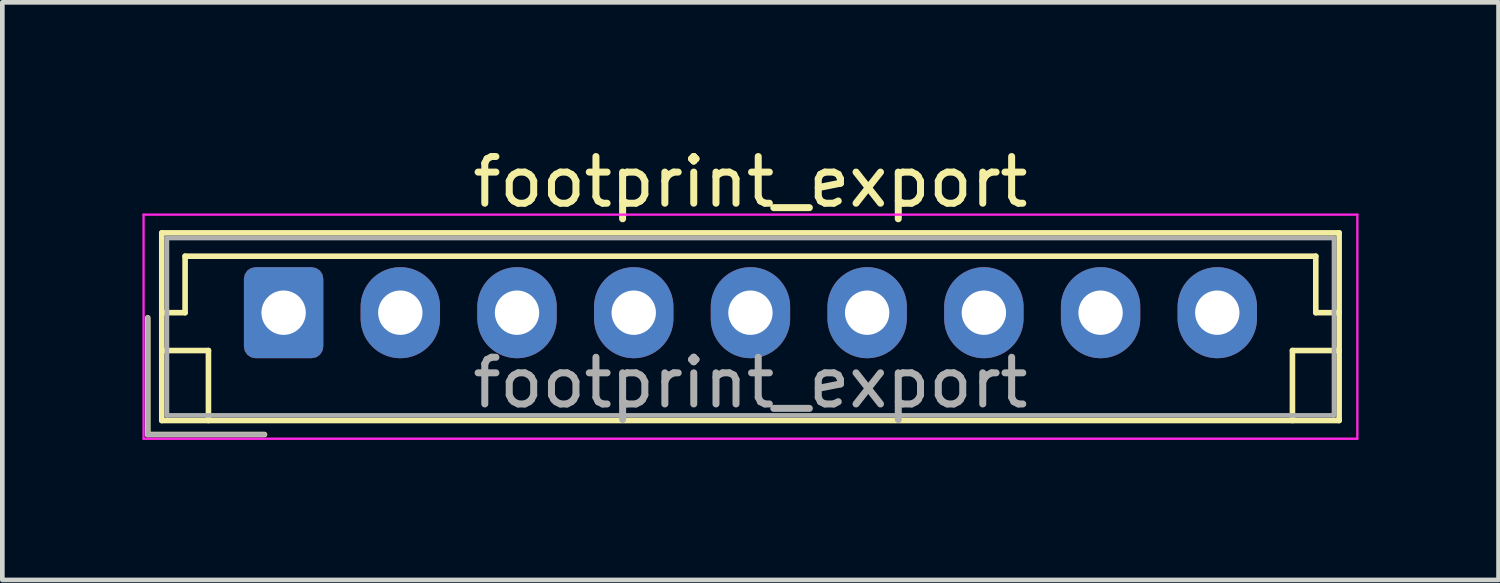
<source format=kicad_pcb>
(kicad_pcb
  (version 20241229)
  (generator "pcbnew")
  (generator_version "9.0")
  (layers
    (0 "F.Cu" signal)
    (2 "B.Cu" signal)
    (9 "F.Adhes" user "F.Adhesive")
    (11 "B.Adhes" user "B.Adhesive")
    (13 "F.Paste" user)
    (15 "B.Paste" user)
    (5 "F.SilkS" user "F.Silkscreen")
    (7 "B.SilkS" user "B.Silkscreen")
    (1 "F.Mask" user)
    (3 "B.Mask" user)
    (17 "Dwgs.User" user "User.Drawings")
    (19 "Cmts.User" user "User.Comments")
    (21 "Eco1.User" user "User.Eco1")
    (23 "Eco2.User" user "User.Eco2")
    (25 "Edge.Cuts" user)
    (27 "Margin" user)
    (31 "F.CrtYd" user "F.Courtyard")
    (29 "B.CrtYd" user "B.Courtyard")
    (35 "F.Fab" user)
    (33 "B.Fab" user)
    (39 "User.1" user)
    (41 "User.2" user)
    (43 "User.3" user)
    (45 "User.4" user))
  (footprint "footprint_export"
    (layer "F.Cu")
    (at 3.025 3.648)
    (property "Reference" "footprint_export" (at 10 -2.8 0) (layer "F.SilkS") (effects (font (size 1 1) (thickness 0.15))))
    (attr through_hole)
    (fp_line (start -2.91 0.11) (end -2.91 2.61) (stroke (width 0.12) (type solid)) (layer "F.SilkS"))
    (fp_line (start -2.91 2.61) (end -0.41 2.61) (stroke (width 0.12) (type solid)) (layer "F.SilkS"))
    (fp_line (start -2.61 -1.71) (end -2.61 2.31) (stroke (width 0.12) (type solid)) (layer "F.SilkS"))
    (fp_line (start -2.61 0) (end -2.11 0) (stroke (width 0.12) (type solid)) (layer "F.SilkS"))
    (fp_line (start -2.61 0.81) (end -1.61 0.81) (stroke (width 0.12) (type solid)) (layer "F.SilkS"))
    (fp_line (start -2.61 2.31) (end 22.61 2.31) (stroke (width 0.12) (type solid)) (layer "F.SilkS"))
    (fp_line (start -2.11 -1.21) (end 22.11 -1.21) (stroke (width 0.12) (type solid)) (layer "F.SilkS"))
    (fp_line (start -2.11 0) (end -2.11 -1.21) (stroke (width 0.12) (type solid)) (layer "F.SilkS"))
    (fp_line (start -1.61 0.81) (end -1.61 2.31) (stroke (width 0.12) (type solid)) (layer "F.SilkS"))
    (fp_line (start 21.61 0.81) (end 21.61 2.31) (stroke (width 0.12) (type solid)) (layer "F.SilkS"))
    (fp_line (start 22.11 -1.21) (end 22.11 0) (stroke (width 0.12) (type solid)) (layer "F.SilkS"))
    (fp_line (start 22.11 0) (end 22.61 0) (stroke (width 0.12) (type solid)) (layer "F.SilkS"))
    (fp_line (start 22.61 -1.71) (end -2.61 -1.71) (stroke (width 0.12) (type solid)) (layer "F.SilkS"))
    (fp_line (start 22.61 0.81) (end 21.61 0.81) (stroke (width 0.12) (type solid)) (layer "F.SilkS"))
    (fp_line (start 22.61 2.31) (end 22.61 -1.71) (stroke (width 0.12) (type solid)) (layer "F.SilkS"))
    (fp_line (start -3 -2.1) (end -3 2.7) (stroke (width 0.05) (type solid)) (layer "F.CrtYd"))
    (fp_line (start -3 2.7) (end 23 2.7) (stroke (width 0.05) (type solid)) (layer "F.CrtYd"))
    (fp_line (start 23 -2.1) (end -3 -2.1) (stroke (width 0.05) (type solid)) (layer "F.CrtYd"))
    (fp_line (start 23 2.7) (end 23 -2.1) (stroke (width 0.05) (type solid)) (layer "F.CrtYd"))
    (fp_line (start -2.91 0.11) (end -2.91 2.61) (stroke (width 0.1) (type solid)) (layer "F.Fab"))
    (fp_line (start -2.91 2.61) (end -0.41 2.61) (stroke (width 0.1) (type solid)) (layer "F.Fab"))
    (fp_line (start -2.5 -1.6) (end -2.5 2.2) (stroke (width 0.1) (type solid)) (layer "F.Fab"))
    (fp_line (start -2.5 2.2) (end 22.5 2.2) (stroke (width 0.1) (type solid)) (layer "F.Fab"))
    (fp_line (start 22.5 -1.6) (end -2.5 -1.6) (stroke (width 0.1) (type solid)) (layer "F.Fab"))
    (fp_line (start 22.5 2.2) (end 22.5 -1.6) (stroke (width 0.1) (type solid)) (layer "F.Fab"))
    (fp_text user "${REFERENCE}" (at 10 1.5 0) (layer "F.Fab") (effects (font (size 1 1) (thickness 0.15))))
    (pad "1" thru_hole roundrect (at 0 0) (size 1.7 1.95) (drill 0.95) (layers "*.Cu" "*.Mask") (roundrect_rratio 0.147))
    (pad "2" thru_hole oval (at 2.5 0) (size 1.7 1.95) (drill 0.95) (layers "*.Cu" "*.Mask"))
    (pad "3" thru_hole oval (at 5 0) (size 1.7 1.95) (drill 0.95) (layers "*.Cu" "*.Mask"))
    (pad "4" thru_hole oval (at 7.5 0) (size 1.7 1.95) (drill 0.95) (layers "*.Cu" "*.Mask"))
    (pad "5" thru_hole oval (at 10 0) (size 1.7 1.95) (drill 0.95) (layers "*.Cu" "*.Mask"))
    (pad "6" thru_hole oval (at 12.5 0) (size 1.7 1.95) (drill 0.95) (layers "*.Cu" "*.Mask"))
    (pad "7" thru_hole oval (at 15 0) (size 1.7 1.95) (drill 0.95) (layers "*.Cu" "*.Mask"))
    (pad "8" thru_hole oval (at 17.5 0) (size 1.7 1.95) (drill 0.95) (layers "*.Cu" "*.Mask"))
    (pad "9" thru_hole oval (at 20 0) (size 1.7 1.95) (drill 0.95) (layers "*.Cu" "*.Mask")))
  (gr_rect
    (start -3 -3)
    (end 29.05 9.373)
    (stroke (width 0.1) (type default))
    (fill no)
    (layer "Edge.Cuts")))
</source>
